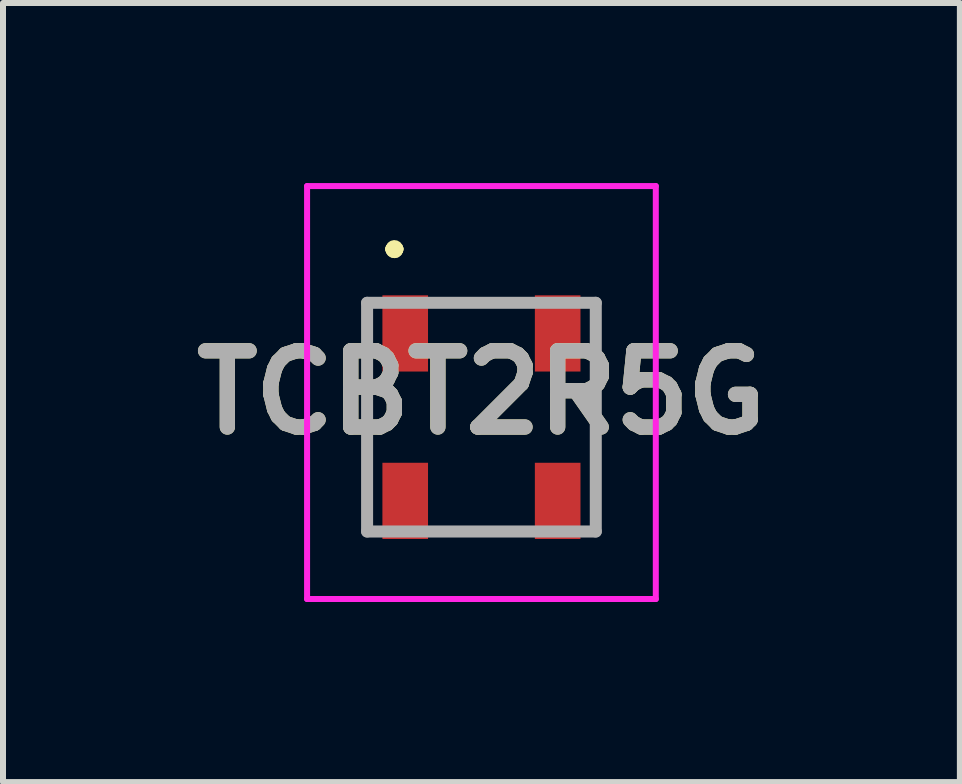
<source format=kicad_pcb>
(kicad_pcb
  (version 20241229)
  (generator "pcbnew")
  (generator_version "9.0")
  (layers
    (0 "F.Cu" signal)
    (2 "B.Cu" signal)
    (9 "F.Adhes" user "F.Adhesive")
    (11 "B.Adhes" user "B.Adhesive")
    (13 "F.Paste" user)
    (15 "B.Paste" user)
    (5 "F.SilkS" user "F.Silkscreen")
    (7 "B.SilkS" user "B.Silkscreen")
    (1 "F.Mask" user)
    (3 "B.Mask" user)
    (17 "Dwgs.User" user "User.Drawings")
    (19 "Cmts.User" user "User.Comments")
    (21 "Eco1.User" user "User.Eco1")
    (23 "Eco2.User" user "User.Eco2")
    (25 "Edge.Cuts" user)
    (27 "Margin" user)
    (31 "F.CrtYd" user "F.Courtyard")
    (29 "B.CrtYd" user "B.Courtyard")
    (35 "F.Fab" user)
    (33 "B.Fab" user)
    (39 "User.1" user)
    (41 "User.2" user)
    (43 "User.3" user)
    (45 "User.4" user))
  (footprint "TCBT2R5G"
    (layer "F.Cu")
    (at 4.971 3.9)
    (property "Reference" "TCBT2R5G" (at 0 -0.41 0) (layer "F.SilkS") (effects (font (size 1.27 1.27) (thickness 0.254))))
    (attr smd)
    (fp_line (start -1.905 -0.5) (end -1.905 -0.5) (stroke (width 0.1) (type solid)) (layer "F.SilkS"))
    (fp_line (start -1.905 -0.5) (end -1.905 0.5) (stroke (width 0.1) (type solid)) (layer "F.SilkS"))
    (fp_line (start -1.905 0.5) (end -1.905 -0.5) (stroke (width 0.1) (type solid)) (layer "F.SilkS"))
    (fp_line (start -1.905 0.5) (end -1.905 0.5) (stroke (width 0.1) (type solid)) (layer "F.SilkS"))
    (fp_line (start -1.5 -2.8) (end -1.5 -2.8) (stroke (width 0.2) (type solid)) (layer "F.SilkS"))
    (fp_line (start -1.5 -2.8) (end -1.5 -2.8) (stroke (width 0.2) (type solid)) (layer "F.SilkS"))
    (fp_line (start -1.4 -2.8) (end -1.4 -2.8) (stroke (width 0.2) (type solid)) (layer "F.SilkS"))
    (fp_line (start -0.25 -1.905) (end -0.25 -1.905) (stroke (width 0.1) (type solid)) (layer "F.SilkS"))
    (fp_line (start -0.25 -1.905) (end 0.25 -1.905) (stroke (width 0.1) (type solid)) (layer "F.SilkS"))
    (fp_line (start 0.25 -1.905) (end -0.25 -1.905) (stroke (width 0.1) (type solid)) (layer "F.SilkS"))
    (fp_line (start 0.25 -1.905) (end 0.25 -1.905) (stroke (width 0.1) (type solid)) (layer "F.SilkS"))
    (fp_line (start 1.905 -0.5) (end 1.905 -0.5) (stroke (width 0.1) (type solid)) (layer "F.SilkS"))
    (fp_line (start 1.905 -0.5) (end 1.905 0.5) (stroke (width 0.1) (type solid)) (layer "F.SilkS"))
    (fp_line (start 1.905 0.5) (end 1.905 -0.5) (stroke (width 0.1) (type solid)) (layer "F.SilkS"))
    (fp_line (start 1.905 0.5) (end 1.905 0.5) (stroke (width 0.1) (type solid)) (layer "F.SilkS"))
    (fp_arc (start -1.5 -2.8) (mid -1.45 -2.85) (end -1.4 -2.8) (stroke (width 0.2) (type solid)) (layer "F.SilkS"))
    (fp_arc (start -1.4 -2.8) (mid -1.45 -2.75) (end -1.5 -2.8) (stroke (width 0.2) (type solid)) (layer "F.SilkS"))
    (fp_arc (start -1.4 -2.8) (mid -1.45 -2.75) (end -1.5 -2.8) (stroke (width 0.2) (type solid)) (layer "F.SilkS"))
    (fp_line (start -2.905 -3.85) (end 2.905 -3.85) (stroke (width 0.1) (type solid)) (layer "F.CrtYd"))
    (fp_line (start -2.905 3.03) (end -2.905 -3.85) (stroke (width 0.1) (type solid)) (layer "F.CrtYd"))
    (fp_line (start 2.905 -3.85) (end 2.905 3.03) (stroke (width 0.1) (type solid)) (layer "F.CrtYd"))
    (fp_line (start 2.905 3.03) (end -2.905 3.03) (stroke (width 0.1) (type solid)) (layer "F.CrtYd"))
    (fp_line (start -1.905 -1.905) (end -1.905 1.905) (stroke (width 0.2) (type solid)) (layer "F.Fab"))
    (fp_line (start -1.905 1.905) (end 1.905 1.905) (stroke (width 0.2) (type solid)) (layer "F.Fab"))
    (fp_line (start 1.905 -1.905) (end -1.905 -1.905) (stroke (width 0.2) (type solid)) (layer "F.Fab"))
    (fp_line (start 1.905 1.905) (end 1.905 -1.905) (stroke (width 0.2) (type solid)) (layer "F.Fab"))
    (fp_text user "${REFERENCE}" (at 0 -0.41 0) (layer "F.Fab") (effects (font (size 1.27 1.27) (thickness 0.254))))
    (pad "1" smd rect (at -1.27 -1.395) (size 0.76 1.27) (layers "F.Cu" "F.Mask" "F.Paste"))
    (pad "2" smd rect (at 1.27 -1.395) (size 0.76 1.27) (layers "F.Cu" "F.Mask" "F.Paste"))
    (pad "3" smd rect (at 1.27 1.395) (size 0.76 1.27) (layers "F.Cu" "F.Mask" "F.Paste"))
    (pad "4" smd rect (at -1.27 1.395) (size 0.76 1.27) (layers "F.Cu" "F.Mask" "F.Paste")))
  (gr_rect
    (start -3 -3)
    (end 12.942 9.98)
    (stroke (width 0.1) (type default))
    (fill no)
    (layer "Edge.Cuts")))
</source>
